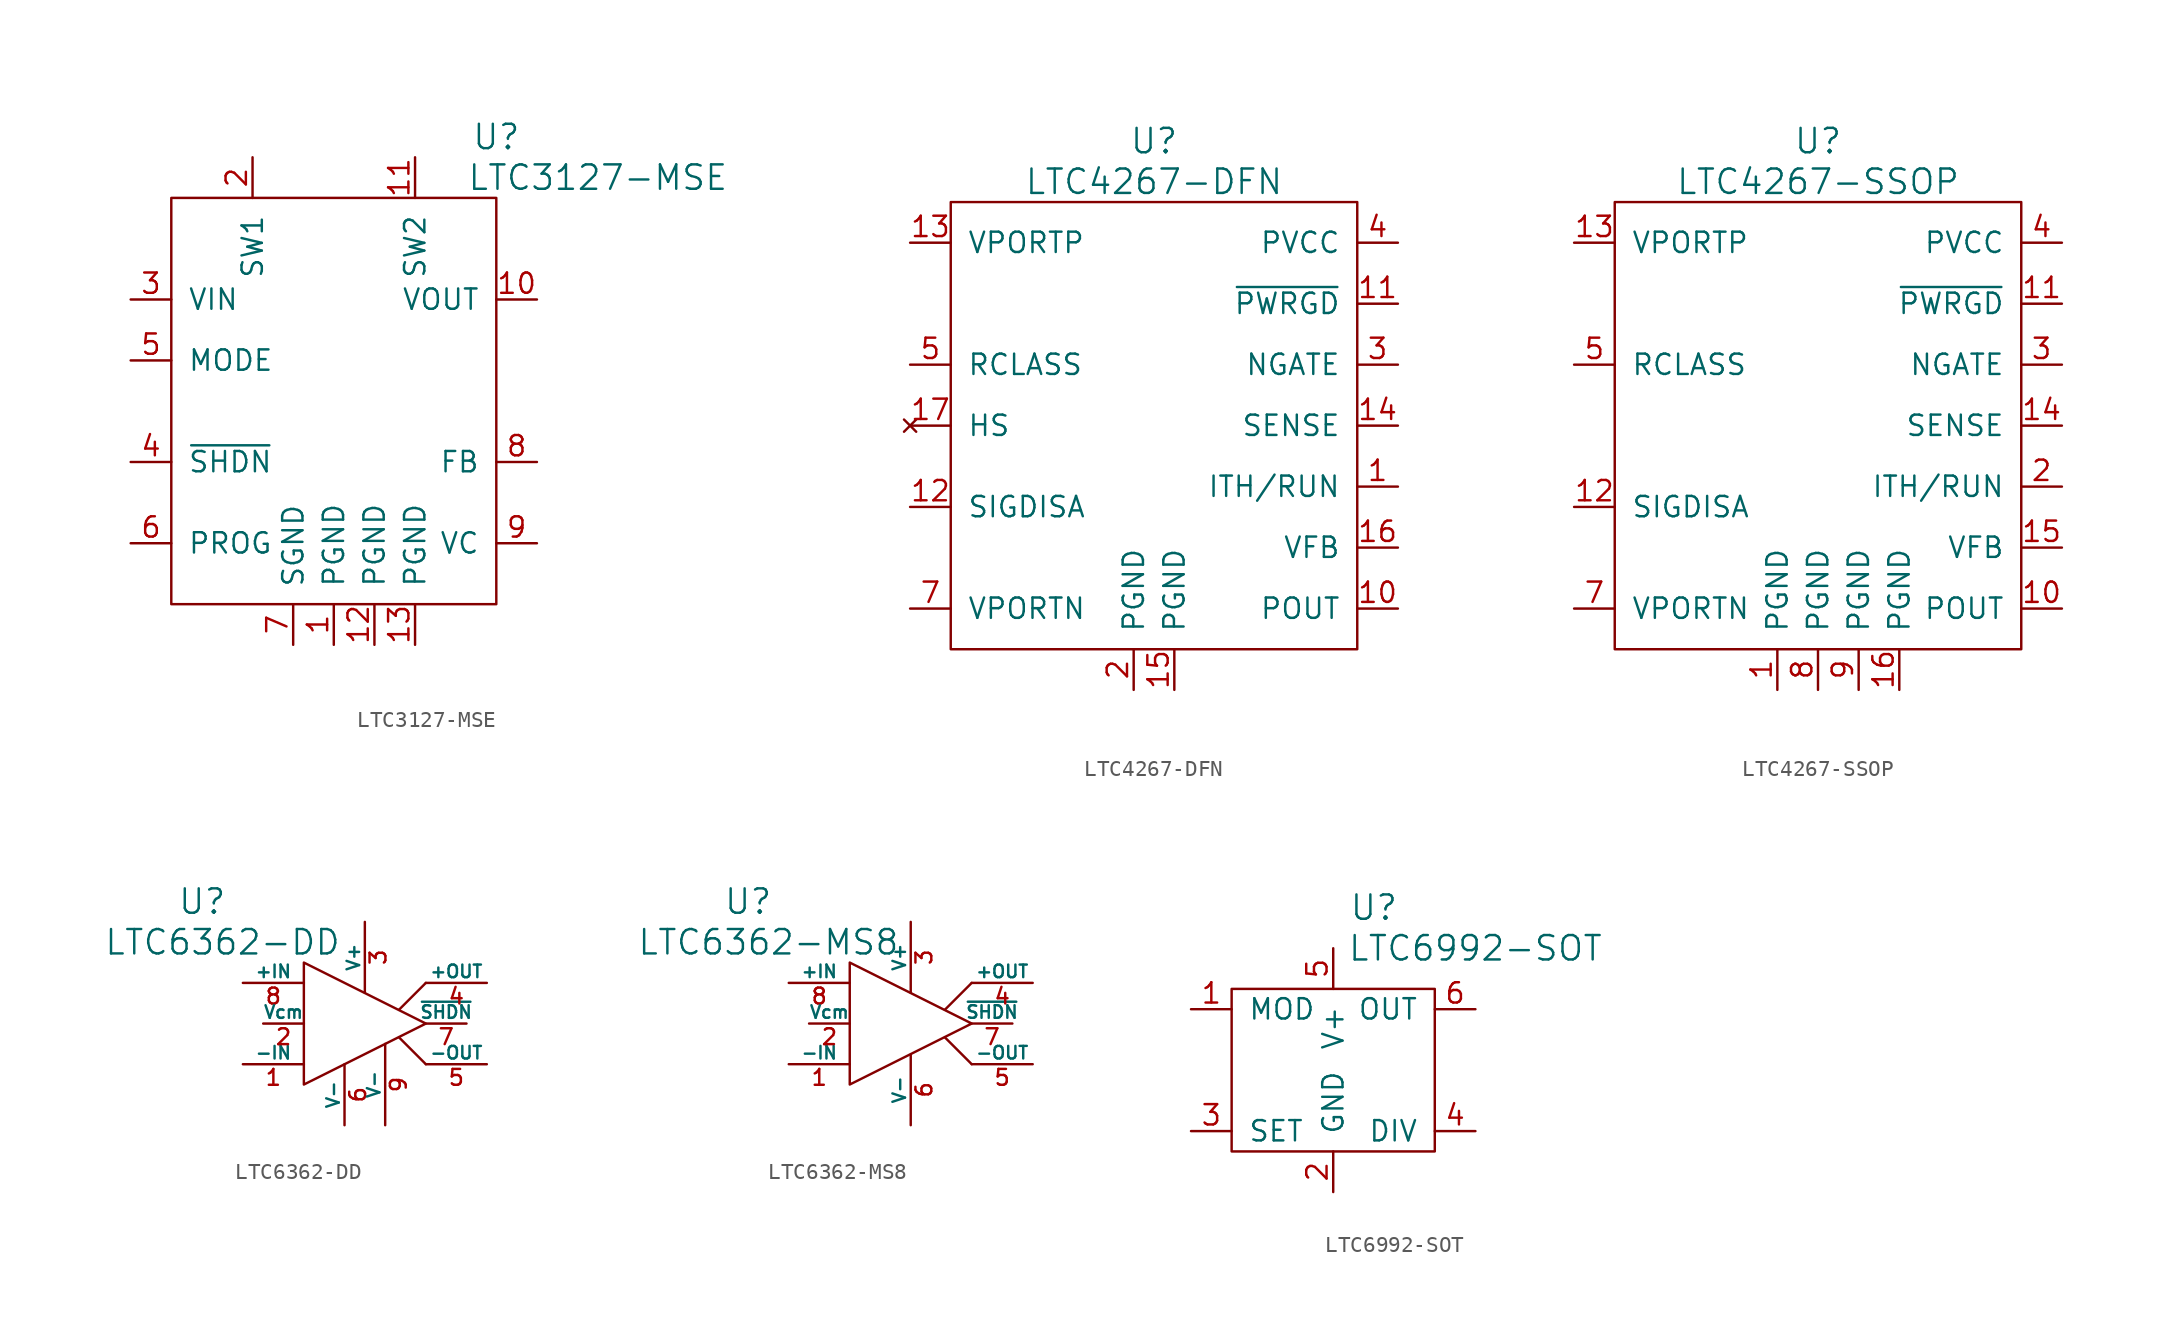
<source format=kicad_sym>
(kicad_symbol_lib
  (version 20220914)
  (generator kicad_symbol_editor)
  (symbol "LTC3127-MSE"
    (pin_names
      (offset 1.016))
    (property "Reference" "U"
      (at 10.16 16.51 0)
      (effects (font (size 1.524 1.524))))
    (property "Value" "LTC3127-MSE"
      (at 16.51 13.97 0)
      (effects (font (size 1.524 1.524))))
    (property "Footprint" ""
      (at 0 0 0)
      (effects (font (size 1.524 1.524))))
    (property "Datasheet" ""
      (at 0 0 0)
      (effects (font (size 1.524 1.524))))
    (symbol "LTC3127-MSE_0_1"
      (rectangle (start -10.16 12.7) (end 10.16 -12.7) (stroke (width 0) (type solid)) (fill (type none))))
    (symbol "LTC3127-MSE_1_1"
      (pin passive line (at 0 -15.24 90) (length 2.54) (name "PGND" (effects (font (size 1.27 1.27)))) (number "1" (effects (font (size 1.27 1.27)))))
      (pin passive line (at 12.7 6.35 180) (length 2.54) (name "VOUT" (effects (font (size 1.27 1.27)))) (number "10" (effects (font (size 1.27 1.27)))))
      (pin passive line (at 5.08 15.24 270) (length 2.54) (name "SW2" (effects (font (size 1.27 1.27)))) (number "11" (effects (font (size 1.27 1.27)))))
      (pin passive line (at 2.54 -15.24 90) (length 2.54) (name "PGND" (effects (font (size 1.27 1.27)))) (number "12" (effects (font (size 1.27 1.27)))))
      (pin passive line (at 5.08 -15.24 90) (length 2.54) (name "PGND" (effects (font (size 1.27 1.27)))) (number "13" (effects (font (size 1.27 1.27)))))
      (pin passive line (at -5.08 15.24 270) (length 2.54) (name "SW1" (effects (font (size 1.27 1.27)))) (number "2" (effects (font (size 1.27 1.27)))))
      (pin passive line (at -12.7 6.35 0) (length 2.54) (name "VIN" (effects (font (size 1.27 1.27)))) (number "3" (effects (font (size 1.27 1.27)))))
      (pin passive line (at -12.7 -3.81 0) (length 2.54) (name "~{SHDN}" (effects (font (size 1.27 1.27)))) (number "4" (effects (font (size 1.27 1.27)))))
      (pin passive line (at -12.7 2.54 0) (length 2.54) (name "MODE" (effects (font (size 1.27 1.27)))) (number "5" (effects (font (size 1.27 1.27)))))
      (pin passive line (at -12.7 -8.89 0) (length 2.54) (name "PROG" (effects (font (size 1.27 1.27)))) (number "6" (effects (font (size 1.27 1.27)))))
      (pin passive line (at -2.54 -15.24 90) (length 2.54) (name "SGND" (effects (font (size 1.27 1.27)))) (number "7" (effects (font (size 1.27 1.27)))))
      (pin passive line (at 12.7 -3.81 180) (length 2.54) (name "FB" (effects (font (size 1.27 1.27)))) (number "8" (effects (font (size 1.27 1.27)))))
      (pin passive line (at 12.7 -8.89 180) (length 2.54) (name "VC" (effects (font (size 1.27 1.27)))) (number "9" (effects (font (size 1.27 1.27)))))))
  (symbol "LTC4267-DFN"
    (pin_names
      (offset 1.016))
    (property "Reference" "U"
      (at 0 17.78 0)
      (effects (font (size 1.524 1.524))))
    (property "Value" "LTC4267-DFN"
      (at 0 15.24 0)
      (effects (font (size 1.524 1.524))))
    (property "Footprint" ""
      (at 1.27 0 0)
      (effects (font (size 1.524 1.524))))
    (property "Datasheet" ""
      (at 0 0 0)
      (effects (font (size 1.524 1.524))))
    (symbol "LTC4267-DFN_0_1"
      (rectangle (start -12.7 13.97) (end 12.7 -13.97) (stroke (width 0) (type solid)) (fill (type none))))
    (symbol "LTC4267-DFN_1_1"
      (pin passive line (at 15.24 -3.81 180) (length 2.54) (name "ITH/RUN" (effects (font (size 1.27 1.27)))) (number "1" (effects (font (size 1.27 1.27)))))
      (pin passive line (at 15.24 -11.43 180) (length 2.54) (name "POUT" (effects (font (size 1.27 1.27)))) (number "10" (effects (font (size 1.27 1.27)))))
      (pin passive line (at 15.24 7.62 180) (length 2.54) (name "~{PWRGD}" (effects (font (size 1.27 1.27)))) (number "11" (effects (font (size 1.27 1.27)))))
      (pin passive line (at -15.24 -5.08 0) (length 2.54) (name "SIGDISA" (effects (font (size 1.27 1.27)))) (number "12" (effects (font (size 1.27 1.27)))))
      (pin passive line (at -15.24 11.43 0) (length 2.54) (name "VPORTP" (effects (font (size 1.27 1.27)))) (number "13" (effects (font (size 1.27 1.27)))))
      (pin passive line (at 15.24 0 180) (length 2.54) (name "SENSE" (effects (font (size 1.27 1.27)))) (number "14" (effects (font (size 1.27 1.27)))))
      (pin passive line (at 1.27 -16.51 90) (length 2.54) (name "PGND" (effects (font (size 1.27 1.27)))) (number "15" (effects (font (size 1.27 1.27)))))
      (pin passive line (at 15.24 -7.62 180) (length 2.54) (name "VFB" (effects (font (size 1.27 1.27)))) (number "16" (effects (font (size 1.27 1.27)))))
      (pin no_connect line (at -15.24 0 0) (length 2.54) (name "HS" (effects (font (size 1.27 1.27)))) (number "17" (effects (font (size 1.27 1.27)))))
      (pin passive line (at -1.27 -16.51 90) (length 2.54) (name "PGND" (effects (font (size 1.27 1.27)))) (number "2" (effects (font (size 1.27 1.27)))))
      (pin passive line (at 15.24 3.81 180) (length 2.54) (name "NGATE" (effects (font (size 1.27 1.27)))) (number "3" (effects (font (size 1.27 1.27)))))
      (pin passive line (at 15.24 11.43 180) (length 2.54) (name "PVCC" (effects (font (size 1.27 1.27)))) (number "4" (effects (font (size 1.27 1.27)))))
      (pin passive line (at -15.24 3.81 0) (length 2.54) (name "RCLASS" (effects (font (size 1.27 1.27)))) (number "5" (effects (font (size 1.27 1.27)))))
      (pin passive line (at -15.24 -11.43 0) (length 2.54) (name "VPORTN" (effects (font (size 1.27 1.27)))) (number "7" (effects (font (size 1.27 1.27)))))))
  (symbol "LTC4267-SSOP"
    (pin_names
      (offset 1.016))
    (property "Reference" "U"
      (at 0 17.78 0)
      (effects (font (size 1.524 1.524))))
    (property "Value" "LTC4267-SSOP"
      (at 0 15.24 0)
      (effects (font (size 1.524 1.524))))
    (property "Footprint" ""
      (at 1.27 0 0)
      (effects (font (size 1.524 1.524))))
    (property "Datasheet" ""
      (at 0 0 0)
      (effects (font (size 1.524 1.524))))
    (symbol "LTC4267-SSOP_0_1"
      (rectangle (start -12.7 13.97) (end 12.7 -13.97) (stroke (width 0) (type solid)) (fill (type none))))
    (symbol "LTC4267-SSOP_1_1"
      (pin passive line (at -2.54 -16.51 90) (length 2.54) (name "PGND" (effects (font (size 1.27 1.27)))) (number "1" (effects (font (size 1.27 1.27)))))
      (pin passive line (at 15.24 -11.43 180) (length 2.54) (name "POUT" (effects (font (size 1.27 1.27)))) (number "10" (effects (font (size 1.27 1.27)))))
      (pin passive line (at 15.24 7.62 180) (length 2.54) (name "~{PWRGD}" (effects (font (size 1.27 1.27)))) (number "11" (effects (font (size 1.27 1.27)))))
      (pin passive line (at -15.24 -5.08 0) (length 2.54) (name "SIGDISA" (effects (font (size 1.27 1.27)))) (number "12" (effects (font (size 1.27 1.27)))))
      (pin passive line (at -15.24 11.43 0) (length 2.54) (name "VPORTP" (effects (font (size 1.27 1.27)))) (number "13" (effects (font (size 1.27 1.27)))))
      (pin passive line (at 15.24 0 180) (length 2.54) (name "SENSE" (effects (font (size 1.27 1.27)))) (number "14" (effects (font (size 1.27 1.27)))))
      (pin passive line (at 15.24 -7.62 180) (length 2.54) (name "VFB" (effects (font (size 1.27 1.27)))) (number "15" (effects (font (size 1.27 1.27)))))
      (pin passive line (at 5.08 -16.51 90) (length 2.54) (name "PGND" (effects (font (size 1.27 1.27)))) (number "16" (effects (font (size 1.27 1.27)))))
      (pin passive line (at 15.24 -3.81 180) (length 2.54) (name "ITH/RUN" (effects (font (size 1.27 1.27)))) (number "2" (effects (font (size 1.27 1.27)))))
      (pin passive line (at 15.24 3.81 180) (length 2.54) (name "NGATE" (effects (font (size 1.27 1.27)))) (number "3" (effects (font (size 1.27 1.27)))))
      (pin passive line (at 15.24 11.43 180) (length 2.54) (name "PVCC" (effects (font (size 1.27 1.27)))) (number "4" (effects (font (size 1.27 1.27)))))
      (pin passive line (at -15.24 3.81 0) (length 2.54) (name "RCLASS" (effects (font (size 1.27 1.27)))) (number "5" (effects (font (size 1.27 1.27)))))
      (pin passive line (at -15.24 -11.43 0) (length 2.54) (name "VPORTN" (effects (font (size 1.27 1.27)))) (number "7" (effects (font (size 1.27 1.27)))))
      (pin passive line (at 0 -16.51 90) (length 2.54) (name "PGND" (effects (font (size 1.27 1.27)))) (number "8" (effects (font (size 1.27 1.27)))))
      (pin passive line (at 2.54 -16.51 90) (length 2.54) (name "PGND" (effects (font (size 1.27 1.27)))) (number "9" (effects (font (size 1.27 1.27)))))))
  (symbol "LTC6362-DD"
    (pin_names
      (offset 0))
    (property "Reference" "U"
      (at -10.16 7.62 0)
      (effects (font (size 1.524 1.524))))
    (property "Value" "LTC6362-DD"
      (at -8.89 5.08 0)
      (effects (font (size 1.524 1.524))))
    (property "Footprint" ""
      (at 0 0 0)
      (effects (font (size 1.524 1.524))))
    (property "Datasheet" ""
      (at 0 0 0)
      (effects (font (size 1.524 1.524))))
    (symbol "LTC6362-DD_0_0"
      (polyline (pts (xy -3.81 3.81) (xy -3.81 -3.81) (xy 3.81 0) (xy -3.81 3.81) (xy -3.81 3.81)) (stroke (width 0) (type solid)) (fill (type none))))
    (symbol "LTC6362-DD_0_1"
      (polyline (pts (xy 3.81 -2.54) (xy 2.134 -0.864)) (stroke (width 0) (type solid)) (fill (type none)))
      (polyline (pts (xy 3.81 2.54) (xy 2.134 0.864)) (stroke (width 0) (type solid)) (fill (type none))))
    (symbol "LTC6362-DD_1_1"
      (pin passive line (at -7.62 -2.54 0) (length 3.81) (name "-IN" (effects (font (size 0.787 0.787)))) (number "1" (effects (font (size 0.991 0.991)))))
      (pin passive line (at -6.35 0 0) (length 2.54) (name "Vcm" (effects (font (size 0.787 0.787)))) (number "2" (effects (font (size 0.991 0.991)))))
      (pin passive line (at 0 6.35 270) (length 4.42) (name "V+" (effects (font (size 0.787 0.787)))) (number "3" (effects (font (size 0.991 0.991)))))
      (pin passive line (at 7.62 2.54 180) (length 3.81) (name "+OUT" (effects (font (size 0.787 0.787)))) (number "4" (effects (font (size 0.991 0.991)))))
      (pin passive line (at 7.62 -2.54 180) (length 3.81) (name "-OUT" (effects (font (size 0.787 0.787)))) (number "5" (effects (font (size 0.991 0.991)))))
      (pin passive line (at -1.27 -6.35 90) (length 3.81) (name "V-" (effects (font (size 0.787 0.787)))) (number "6" (effects (font (size 0.991 0.991)))))
      (pin passive line (at 6.35 0 180) (length 2.54) (name "~{SHDN}" (effects (font (size 0.787 0.787)))) (number "7" (effects (font (size 0.991 0.991)))))
      (pin passive line (at -7.62 2.54 0) (length 3.81) (name "+IN" (effects (font (size 0.787 0.787)))) (number "8" (effects (font (size 0.991 0.991)))))
      (pin passive line (at 1.27 -6.35 90) (length 5.08) (name "V-" (effects (font (size 0.787 0.787)))) (number "9" (effects (font (size 0.991 0.991)))))))
  (symbol "LTC6362-MS8"
    (pin_names
      (offset 0))
    (property "Reference" "U"
      (at -10.16 7.62 0)
      (effects (font (size 1.524 1.524))))
    (property "Value" "LTC6362-MS8"
      (at -8.89 5.08 0)
      (effects (font (size 1.524 1.524))))
    (property "Footprint" ""
      (at 0 0 0)
      (effects (font (size 1.524 1.524))))
    (property "Datasheet" ""
      (at 0 0 0)
      (effects (font (size 1.524 1.524))))
    (symbol "LTC6362-MS8_0_0"
      (polyline (pts (xy -3.81 3.81) (xy -3.81 -3.81) (xy 3.81 0) (xy -3.81 3.81) (xy -3.81 3.81)) (stroke (width 0) (type solid)) (fill (type none))))
    (symbol "LTC6362-MS8_0_1"
      (polyline (pts (xy 3.81 -2.54) (xy 2.134 -0.864)) (stroke (width 0) (type solid)) (fill (type none)))
      (polyline (pts (xy 3.81 2.54) (xy 2.134 0.864)) (stroke (width 0) (type solid)) (fill (type none))))
    (symbol "LTC6362-MS8_1_1"
      (pin passive line (at -7.62 -2.54 0) (length 3.81) (name "-IN" (effects (font (size 0.787 0.787)))) (number "1" (effects (font (size 0.991 0.991)))))
      (pin passive line (at -6.35 0 0) (length 2.54) (name "Vcm" (effects (font (size 0.787 0.787)))) (number "2" (effects (font (size 0.991 0.991)))))
      (pin passive line (at 0 6.35 270) (length 4.42) (name "V+" (effects (font (size 0.787 0.787)))) (number "3" (effects (font (size 0.991 0.991)))))
      (pin passive line (at 7.62 2.54 180) (length 3.81) (name "+OUT" (effects (font (size 0.787 0.787)))) (number "4" (effects (font (size 0.991 0.991)))))
      (pin passive line (at 7.62 -2.54 180) (length 3.81) (name "-OUT" (effects (font (size 0.787 0.787)))) (number "5" (effects (font (size 0.991 0.991)))))
      (pin passive line (at 0 -6.35 90) (length 4.42) (name "V-" (effects (font (size 0.787 0.787)))) (number "6" (effects (font (size 0.991 0.991)))))
      (pin passive line (at 6.35 0 180) (length 2.54) (name "~{SHDN}" (effects (font (size 0.787 0.787)))) (number "7" (effects (font (size 0.991 0.991)))))
      (pin passive line (at -7.62 2.54 0) (length 3.81) (name "+IN" (effects (font (size 0.787 0.787)))) (number "8" (effects (font (size 0.991 0.991)))))))
  (symbol "LTC6992-SOT"
    (pin_names
      (offset 1.016))
    (property "Reference" "U"
      (at 2.54 10.16 0)
      (effects (font (size 1.524 1.524))))
    (property "Value" "LTC6992-SOT"
      (at 8.89 7.62 0)
      (effects (font (size 1.524 1.524))))
    (property "Footprint" ""
      (at 0 0 0)
      (effects (font (size 1.524 1.524))))
    (property "Datasheet" ""
      (at 0 0 0)
      (effects (font (size 1.524 1.524))))
    (symbol "LTC6992-SOT_0_1"
      (rectangle (start -6.35 5.08) (end 6.35 -5.08) (stroke (width 0) (type solid)) (fill (type none))))
    (symbol "LTC6992-SOT_1_1"
      (pin passive line (at -8.89 3.81 0) (length 2.54) (name "MOD" (effects (font (size 1.27 1.27)))) (number "1" (effects (font (size 1.27 1.27)))))
      (pin passive line (at 0 -7.62 90) (length 2.54) (name "GND" (effects (font (size 1.27 1.27)))) (number "2" (effects (font (size 1.27 1.27)))))
      (pin passive line (at -8.89 -3.81 0) (length 2.54) (name "SET" (effects (font (size 1.27 1.27)))) (number "3" (effects (font (size 1.27 1.27)))))
      (pin passive line (at 8.89 -3.81 180) (length 2.54) (name "DIV" (effects (font (size 1.27 1.27)))) (number "4" (effects (font (size 1.27 1.27)))))
      (pin passive line (at 0 7.62 270) (length 2.54) (name "V+" (effects (font (size 1.27 1.27)))) (number "5" (effects (font (size 1.27 1.27)))))
      (pin passive line (at 8.89 3.81 180) (length 2.54) (name "OUT" (effects (font (size 1.27 1.27)))) (number "6" (effects (font (size 1.27 1.27))))))))
</source>
